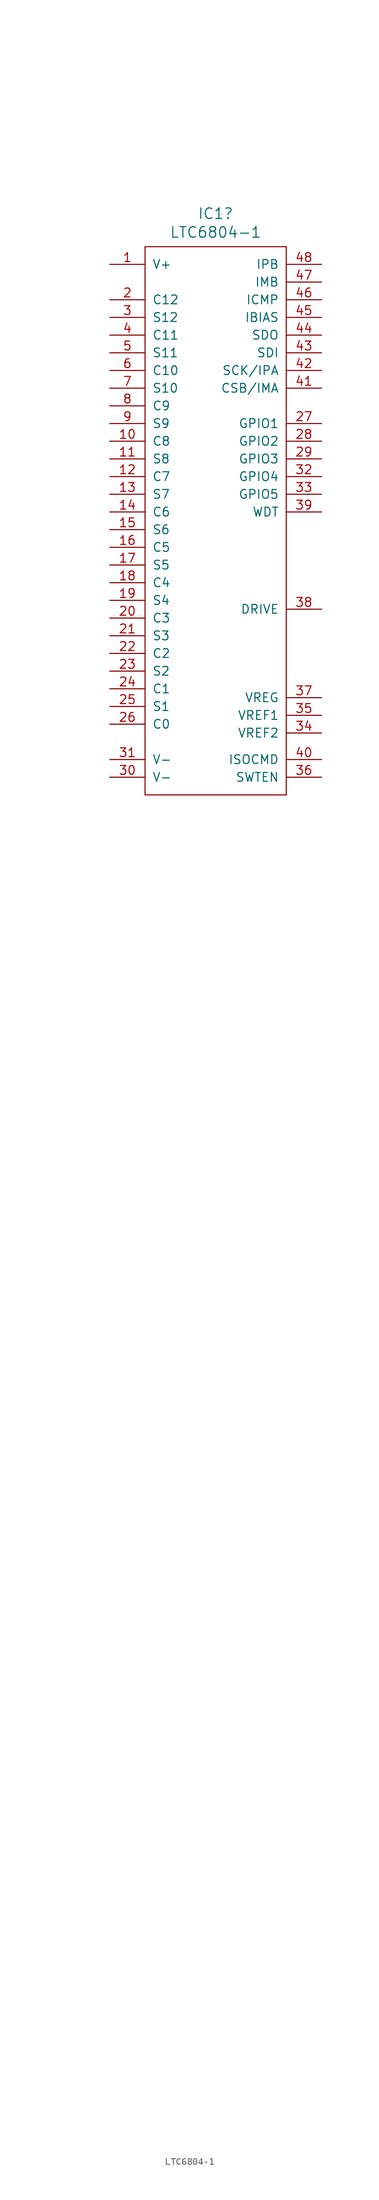
<source format=kicad_sym>
(kicad_symbol_lib
  (version 20211014)
  (generator kicad_symbol_editor)
  (symbol "LTC6804-1"
    (pin_names
      (offset 1.016))
    (property "Reference" "IC1"
      (at 0 42.85 0)
      (effects (font (size 1.524 1.524))))
    (property "Value" "LTC6804-1"
      (at 0 40.157 0)
      (effects (font (size 1.524 1.524))))
    (property "Datasheet" ""
      (at -22.86 -210.185 0)
      (effects (font (size 1.524 1.524))))
    (symbol "LTC6804-1_0_1"
      (polyline (pts (xy -10.16 -40.64) (xy 10.16 -40.64)) (stroke (width 0) (type default) (color 0 0 0 0)) (fill (type none)))
      (polyline (pts (xy -10.16 38.1) (xy -10.16 -40.64)) (stroke (width 0) (type default) (color 0 0 0 0)) (fill (type none)))
      (polyline (pts (xy 10.16 -40.64) (xy 10.16 38.1)) (stroke (width 0) (type default) (color 0 0 0 0)) (fill (type none)))
      (polyline (pts (xy 10.16 38.1) (xy -10.16 38.1)) (stroke (width 0) (type default) (color 0 0 0 0)) (fill (type none))))
    (symbol "LTC6804-1_1_1"
      (pin input line (at -15.24 35.56 0) (length 5.08) (name "V+" (effects (font (size 1.27 1.27)))) (number "1" (effects (font (size 1.27 1.27)))))
      (pin input line (at -15.24 10.16 0) (length 5.08) (name "C8" (effects (font (size 1.27 1.27)))) (number "10" (effects (font (size 1.27 1.27)))))
      (pin input line (at -15.24 7.62 0) (length 5.08) (name "S8" (effects (font (size 1.27 1.27)))) (number "11" (effects (font (size 1.27 1.27)))))
      (pin input line (at -15.24 5.08 0) (length 5.08) (name "C7" (effects (font (size 1.27 1.27)))) (number "12" (effects (font (size 1.27 1.27)))))
      (pin input line (at -15.24 2.54 0) (length 5.08) (name "S7" (effects (font (size 1.27 1.27)))) (number "13" (effects (font (size 1.27 1.27)))))
      (pin input line (at -15.24 0 0) (length 5.08) (name "C6" (effects (font (size 1.27 1.27)))) (number "14" (effects (font (size 1.27 1.27)))))
      (pin input line (at -15.24 -2.54 0) (length 5.08) (name "S6" (effects (font (size 1.27 1.27)))) (number "15" (effects (font (size 1.27 1.27)))))
      (pin input line (at -15.24 -5.08 0) (length 5.08) (name "C5" (effects (font (size 1.27 1.27)))) (number "16" (effects (font (size 1.27 1.27)))))
      (pin input line (at -15.24 -7.62 0) (length 5.08) (name "S5" (effects (font (size 1.27 1.27)))) (number "17" (effects (font (size 1.27 1.27)))))
      (pin input line (at -15.24 -10.16 0) (length 5.08) (name "C4" (effects (font (size 1.27 1.27)))) (number "18" (effects (font (size 1.27 1.27)))))
      (pin input line (at -15.24 -12.7 0) (length 5.08) (name "S4" (effects (font (size 1.27 1.27)))) (number "19" (effects (font (size 1.27 1.27)))))
      (pin input line (at -15.24 30.48 0) (length 5.08) (name "C12" (effects (font (size 1.27 1.27)))) (number "2" (effects (font (size 1.27 1.27)))))
      (pin input line (at -15.24 -15.24 0) (length 5.08) (name "C3" (effects (font (size 1.27 1.27)))) (number "20" (effects (font (size 1.27 1.27)))))
      (pin input line (at -15.24 -17.78 0) (length 5.08) (name "S3" (effects (font (size 1.27 1.27)))) (number "21" (effects (font (size 1.27 1.27)))))
      (pin input line (at -15.24 -20.32 0) (length 5.08) (name "C2" (effects (font (size 1.27 1.27)))) (number "22" (effects (font (size 1.27 1.27)))))
      (pin input line (at -15.24 -22.86 0) (length 5.08) (name "S2" (effects (font (size 1.27 1.27)))) (number "23" (effects (font (size 1.27 1.27)))))
      (pin input line (at -15.24 -25.4 0) (length 5.08) (name "C1" (effects (font (size 1.27 1.27)))) (number "24" (effects (font (size 1.27 1.27)))))
      (pin input line (at -15.24 -27.94 0) (length 5.08) (name "S1" (effects (font (size 1.27 1.27)))) (number "25" (effects (font (size 1.27 1.27)))))
      (pin input line (at -15.24 -30.48 0) (length 5.08) (name "C0" (effects (font (size 1.27 1.27)))) (number "26" (effects (font (size 1.27 1.27)))))
      (pin input line (at 15.24 12.7 180) (length 5.08) (name "GPIO1" (effects (font (size 1.27 1.27)))) (number "27" (effects (font (size 1.27 1.27)))))
      (pin input line (at 15.24 10.16 180) (length 5.08) (name "GPIO2" (effects (font (size 1.27 1.27)))) (number "28" (effects (font (size 1.27 1.27)))))
      (pin input line (at 15.24 7.62 180) (length 5.08) (name "GPIO3" (effects (font (size 1.27 1.27)))) (number "29" (effects (font (size 1.27 1.27)))))
      (pin input line (at -15.24 27.94 0) (length 5.08) (name "S12" (effects (font (size 1.27 1.27)))) (number "3" (effects (font (size 1.27 1.27)))))
      (pin input line (at -15.24 -38.1 0) (length 5.08) (name "V-" (effects (font (size 1.27 1.27)))) (number "30" (effects (font (size 1.27 1.27)))))
      (pin input line (at -15.24 -35.56 0) (length 5.08) (name "V-" (effects (font (size 1.27 1.27)))) (number "31" (effects (font (size 1.27 1.27)))))
      (pin input line (at 15.24 5.08 180) (length 5.08) (name "GPIO4" (effects (font (size 1.27 1.27)))) (number "32" (effects (font (size 1.27 1.27)))))
      (pin input line (at 15.24 2.54 180) (length 5.08) (name "GPIO5" (effects (font (size 1.27 1.27)))) (number "33" (effects (font (size 1.27 1.27)))))
      (pin input line (at 15.24 -31.75 180) (length 5.08) (name "VREF2" (effects (font (size 1.27 1.27)))) (number "34" (effects (font (size 1.27 1.27)))))
      (pin input line (at 15.24 -29.21 180) (length 5.08) (name "VREF1" (effects (font (size 1.27 1.27)))) (number "35" (effects (font (size 1.27 1.27)))))
      (pin input line (at 15.24 -38.1 180) (length 5.08) (name "SWTEN" (effects (font (size 1.27 1.27)))) (number "36" (effects (font (size 1.27 1.27)))))
      (pin input line (at 15.24 -26.67 180) (length 5.08) (name "VREG" (effects (font (size 1.27 1.27)))) (number "37" (effects (font (size 1.27 1.27)))))
      (pin input line (at 15.24 -13.97 180) (length 5.08) (name "DRIVE" (effects (font (size 1.27 1.27)))) (number "38" (effects (font (size 1.27 1.27)))))
      (pin input line (at 15.24 0 180) (length 5.08) (name "WDT" (effects (font (size 1.27 1.27)))) (number "39" (effects (font (size 1.27 1.27)))))
      (pin input line (at -15.24 25.4 0) (length 5.08) (name "C11" (effects (font (size 1.27 1.27)))) (number "4" (effects (font (size 1.27 1.27)))))
      (pin input line (at 15.24 -35.56 180) (length 5.08) (name "ISOCMD" (effects (font (size 1.27 1.27)))) (number "40" (effects (font (size 1.27 1.27)))))
      (pin input line (at 15.24 17.78 180) (length 5.08) (name "CSB/IMA" (effects (font (size 1.27 1.27)))) (number "41" (effects (font (size 1.27 1.27)))))
      (pin input line (at 15.24 20.32 180) (length 5.08) (name "SCK/IPA" (effects (font (size 1.27 1.27)))) (number "42" (effects (font (size 1.27 1.27)))))
      (pin input line (at 15.24 22.86 180) (length 5.08) (name "SDI" (effects (font (size 1.27 1.27)))) (number "43" (effects (font (size 1.27 1.27)))))
      (pin input line (at 15.24 25.4 180) (length 5.08) (name "SDO" (effects (font (size 1.27 1.27)))) (number "44" (effects (font (size 1.27 1.27)))))
      (pin input line (at 15.24 27.94 180) (length 5.08) (name "IBIAS" (effects (font (size 1.27 1.27)))) (number "45" (effects (font (size 1.27 1.27)))))
      (pin input line (at 15.24 30.48 180) (length 5.08) (name "ICMP" (effects (font (size 1.27 1.27)))) (number "46" (effects (font (size 1.27 1.27)))))
      (pin input line (at 15.24 33.02 180) (length 5.08) (name "IMB" (effects (font (size 1.27 1.27)))) (number "47" (effects (font (size 1.27 1.27)))))
      (pin input line (at 15.24 35.56 180) (length 5.08) (name "IPB" (effects (font (size 1.27 1.27)))) (number "48" (effects (font (size 1.27 1.27)))))
      (pin input line (at -15.24 22.86 0) (length 5.08) (name "S11" (effects (font (size 1.27 1.27)))) (number "5" (effects (font (size 1.27 1.27)))))
      (pin input line (at -15.24 20.32 0) (length 5.08) (name "C10" (effects (font (size 1.27 1.27)))) (number "6" (effects (font (size 1.27 1.27)))))
      (pin input line (at -15.24 17.78 0) (length 5.08) (name "S10" (effects (font (size 1.27 1.27)))) (number "7" (effects (font (size 1.27 1.27)))))
      (pin input line (at -15.24 15.24 0) (length 5.08) (name "C9" (effects (font (size 1.27 1.27)))) (number "8" (effects (font (size 1.27 1.27)))))
      (pin input line (at -15.24 12.7 0) (length 5.08) (name "S9" (effects (font (size 1.27 1.27)))) (number "9" (effects (font (size 1.27 1.27))))))))
</source>
